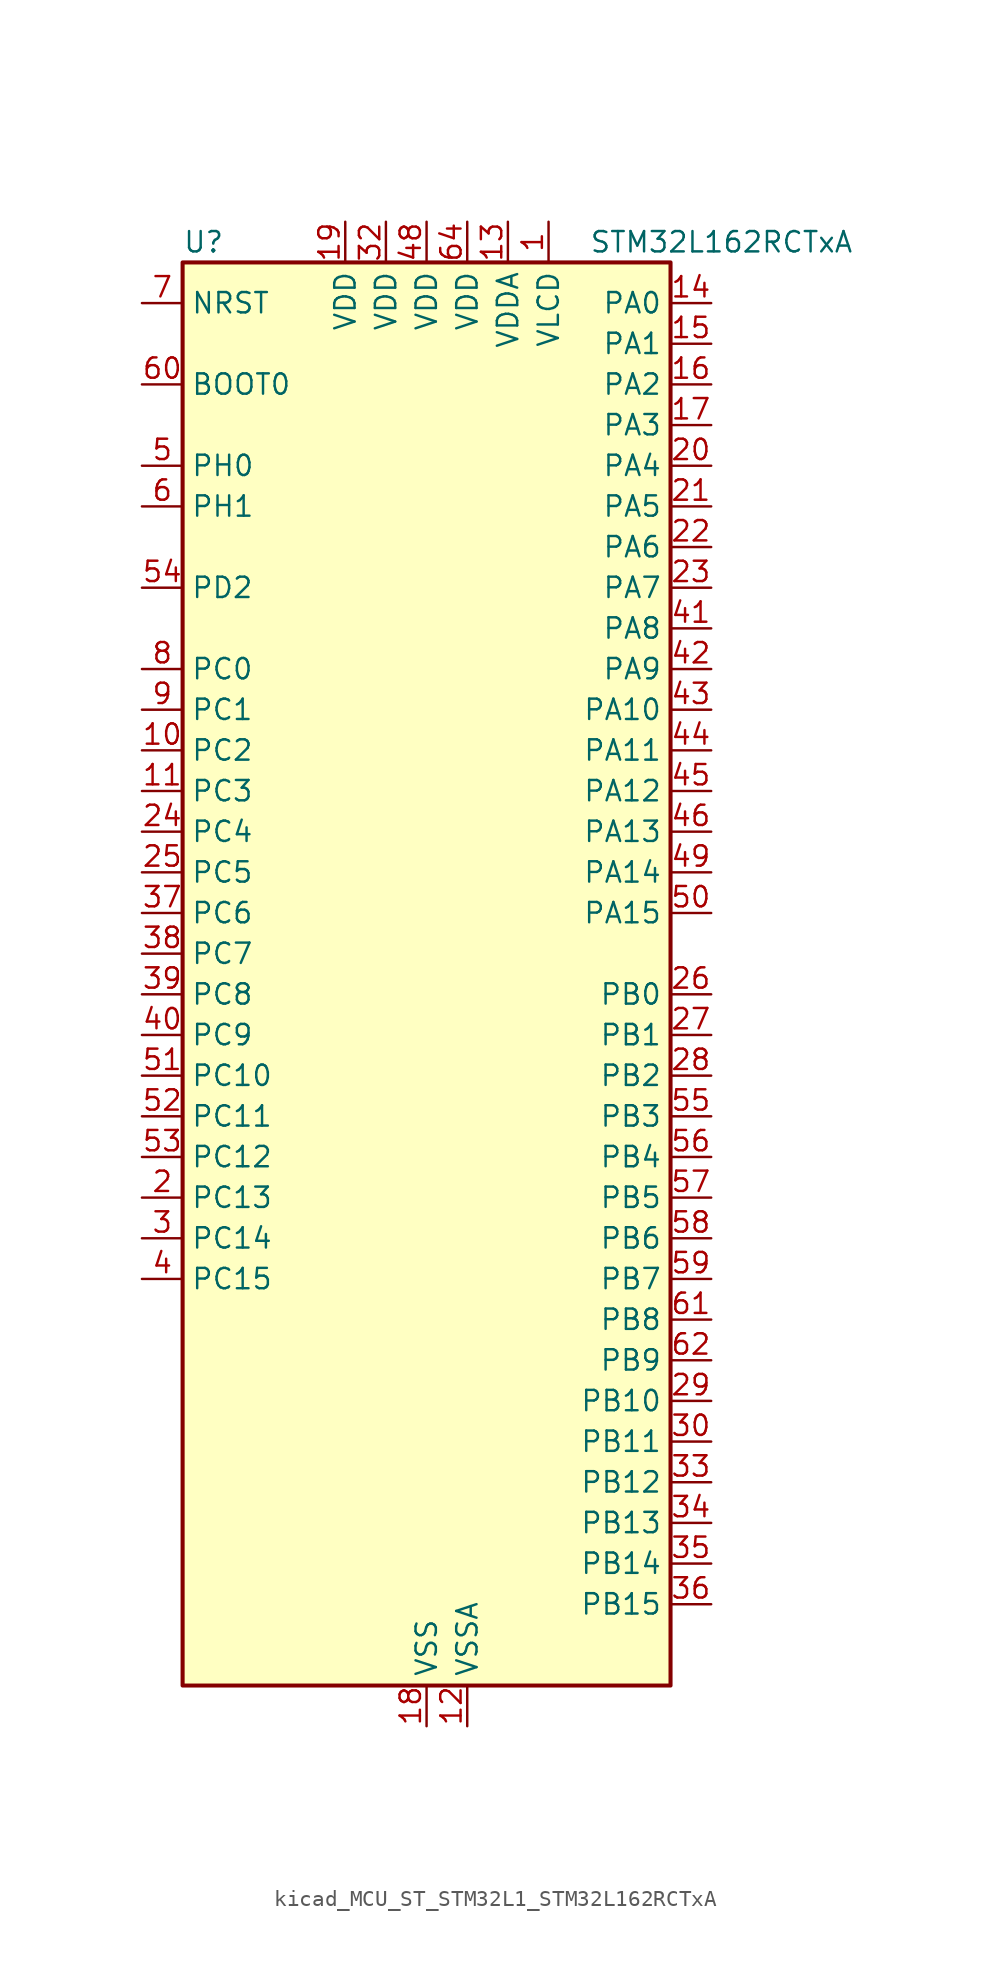
<source format=kicad_sym>
(kicad_symbol_lib
  (version 20220914)
  (generator kicad_symbol_editor)
  (symbol "kicad_MCU_ST_STM32L1_STM32L162RCTxA"
    (property "Reference" "U"
      (at -15.24 46.99 0)
      (effects (font (size 1.27 1.27)) (justify left)))
    (property "Value" "STM32L162RCTxA"
      (at 10.16 46.99 0)
      (effects (font (size 1.27 1.27)) (justify left)))
    (property "ki_locked" ""
      (at 0 0 0)
      (effects (font (size 1.27 1.27))))
    (symbol "kicad_MCU_ST_STM32L1_STM32L162RCTxA_0_1"
      (rectangle (start -15.24 -43.18) (end 15.24 45.72) (stroke (width 0.254) (type default)) (fill (type background))))
    (symbol "kicad_MCU_ST_STM32L1_STM32L162RCTxA_1_1"
      (pin power_in line (at 7.62 48.26 270) (length 2.54) (name "VLCD" (effects (font (size 1.27 1.27)))) (number "1" (effects (font (size 1.27 1.27)))))
      (pin bidirectional line (at -17.78 15.24 0) (length 2.54) (name "PC2" (effects (font (size 1.27 1.27)))) (number "10" (effects (font (size 1.27 1.27)))) (alternate "ADC_IN12" bidirectional line) (alternate "COMP1_INP" bidirectional line) (alternate "LCD_SEG20" bidirectional line) (alternate "TIMX_IC3" bidirectional line) (alternate "TS_G8_IO3" bidirectional line))
      (pin bidirectional line (at -17.78 12.7 0) (length 2.54) (name "PC3" (effects (font (size 1.27 1.27)))) (number "11" (effects (font (size 1.27 1.27)))) (alternate "ADC_IN13" bidirectional line) (alternate "COMP1_INP" bidirectional line) (alternate "LCD_SEG21" bidirectional line) (alternate "TIMX_IC4" bidirectional line) (alternate "TS_G8_IO4" bidirectional line))
      (pin power_in line (at 2.54 -45.72 90) (length 2.54) (name "VSSA" (effects (font (size 1.27 1.27)))) (number "12" (effects (font (size 1.27 1.27)))))
      (pin power_in line (at 5.08 48.26 270) (length 2.54) (name "VDDA" (effects (font (size 1.27 1.27)))) (number "13" (effects (font (size 1.27 1.27)))))
      (pin bidirectional line (at 17.78 43.18 180) (length 2.54) (name "PA0" (effects (font (size 1.27 1.27)))) (number "14" (effects (font (size 1.27 1.27)))) (alternate "ADC_IN0" bidirectional line) (alternate "COMP1_INP" bidirectional line) (alternate "RTC_TAMP2" bidirectional line) (alternate "SYS_WKUP1" bidirectional line) (alternate "TIM2_CH1" bidirectional line) (alternate "TIM2_ETR" bidirectional line) (alternate "TIM5_CH1" bidirectional line) (alternate "TIMX_IC1" bidirectional line) (alternate "TS_G1_IO1" bidirectional line) (alternate "USART2_CTS" bidirectional line))
      (pin bidirectional line (at 17.78 40.64 180) (length 2.54) (name "PA1" (effects (font (size 1.27 1.27)))) (number "15" (effects (font (size 1.27 1.27)))) (alternate "ADC_IN1" bidirectional line) (alternate "COMP1_INP" bidirectional line) (alternate "LCD_SEG0" bidirectional line) (alternate "OPAMP1_VINP" bidirectional line) (alternate "TIM2_CH2" bidirectional line) (alternate "TIM5_CH2" bidirectional line) (alternate "TIMX_IC2" bidirectional line) (alternate "TS_G1_IO2" bidirectional line) (alternate "USART2_RTS" bidirectional line))
      (pin bidirectional line (at 17.78 38.1 180) (length 2.54) (name "PA2" (effects (font (size 1.27 1.27)))) (number "16" (effects (font (size 1.27 1.27)))) (alternate "ADC_IN2" bidirectional line) (alternate "COMP1_INP" bidirectional line) (alternate "LCD_SEG1" bidirectional line) (alternate "OPAMP1_VINM" bidirectional line) (alternate "TIM2_CH3" bidirectional line) (alternate "TIM5_CH3" bidirectional line) (alternate "TIM9_CH1" bidirectional line) (alternate "TIMX_IC3" bidirectional line) (alternate "TS_G1_IO3" bidirectional line) (alternate "USART2_TX" bidirectional line))
      (pin bidirectional line (at 17.78 35.56 180) (length 2.54) (name "PA3" (effects (font (size 1.27 1.27)))) (number "17" (effects (font (size 1.27 1.27)))) (alternate "ADC_IN3" bidirectional line) (alternate "COMP1_INP" bidirectional line) (alternate "LCD_SEG2" bidirectional line) (alternate "OPAMP1_VOUT" bidirectional line) (alternate "TIM2_CH4" bidirectional line) (alternate "TIM5_CH4" bidirectional line) (alternate "TIM9_CH2" bidirectional line) (alternate "TIMX_IC4" bidirectional line) (alternate "TS_G1_IO4" bidirectional line) (alternate "USART2_RX" bidirectional line))
      (pin power_in line (at 0 -45.72 90) (length 2.54) (name "VSS" (effects (font (size 1.27 1.27)))) (number "18" (effects (font (size 1.27 1.27)))))
      (pin power_in line (at -5.08 48.26 270) (length 2.54) (name "VDD" (effects (font (size 1.27 1.27)))) (number "19" (effects (font (size 1.27 1.27)))))
      (pin bidirectional line (at -17.78 -12.7 0) (length 2.54) (name "PC13" (effects (font (size 1.27 1.27)))) (number "2" (effects (font (size 1.27 1.27)))) (alternate "RTC_OUT_ALARM" bidirectional line) (alternate "RTC_OUT_CALIB" bidirectional line) (alternate "RTC_TAMP1" bidirectional line) (alternate "RTC_TS" bidirectional line) (alternate "SYS_WKUP2" bidirectional line) (alternate "TIMX_IC2" bidirectional line))
      (pin bidirectional line (at 17.78 33.02 180) (length 2.54) (name "PA4" (effects (font (size 1.27 1.27)))) (number "20" (effects (font (size 1.27 1.27)))) (alternate "ADC_IN4" bidirectional line) (alternate "COMP1_INP" bidirectional line) (alternate "DAC_OUT1" bidirectional line) (alternate "I2S3_WS" bidirectional line) (alternate "SPI1_NSS" bidirectional line) (alternate "SPI3_NSS" bidirectional line) (alternate "TIMX_IC1" bidirectional line) (alternate "USART2_CK" bidirectional line))
      (pin bidirectional line (at 17.78 30.48 180) (length 2.54) (name "PA5" (effects (font (size 1.27 1.27)))) (number "21" (effects (font (size 1.27 1.27)))) (alternate "ADC_IN5" bidirectional line) (alternate "COMP1_INP" bidirectional line) (alternate "DAC_OUT2" bidirectional line) (alternate "SPI1_SCK" bidirectional line) (alternate "TIM2_CH1" bidirectional line) (alternate "TIM2_ETR" bidirectional line) (alternate "TIMX_IC2" bidirectional line))
      (pin bidirectional line (at 17.78 27.94 180) (length 2.54) (name "PA6" (effects (font (size 1.27 1.27)))) (number "22" (effects (font (size 1.27 1.27)))) (alternate "ADC_IN6" bidirectional line) (alternate "COMP1_INP" bidirectional line) (alternate "LCD_SEG3" bidirectional line) (alternate "OPAMP2_VINP" bidirectional line) (alternate "SPI1_MISO" bidirectional line) (alternate "TIM10_CH1" bidirectional line) (alternate "TIM3_CH1" bidirectional line) (alternate "TIMX_IC3" bidirectional line) (alternate "TS_G2_IO1" bidirectional line))
      (pin bidirectional line (at 17.78 25.4 180) (length 2.54) (name "PA7" (effects (font (size 1.27 1.27)))) (number "23" (effects (font (size 1.27 1.27)))) (alternate "ADC_IN7" bidirectional line) (alternate "COMP1_INP" bidirectional line) (alternate "LCD_SEG4" bidirectional line) (alternate "OPAMP2_VINM" bidirectional line) (alternate "SPI1_MOSI" bidirectional line) (alternate "TIM11_CH1" bidirectional line) (alternate "TIM3_CH2" bidirectional line) (alternate "TIMX_IC4" bidirectional line) (alternate "TS_G2_IO2" bidirectional line))
      (pin bidirectional line (at -17.78 10.16 0) (length 2.54) (name "PC4" (effects (font (size 1.27 1.27)))) (number "24" (effects (font (size 1.27 1.27)))) (alternate "ADC_IN14" bidirectional line) (alternate "COMP1_INP" bidirectional line) (alternate "LCD_SEG22" bidirectional line) (alternate "TIMX_IC1" bidirectional line) (alternate "TS_G9_IO1" bidirectional line))
      (pin bidirectional line (at -17.78 7.62 0) (length 2.54) (name "PC5" (effects (font (size 1.27 1.27)))) (number "25" (effects (font (size 1.27 1.27)))) (alternate "ADC_IN15" bidirectional line) (alternate "COMP1_INP" bidirectional line) (alternate "LCD_SEG23" bidirectional line) (alternate "TIMX_IC2" bidirectional line) (alternate "TS_G9_IO2" bidirectional line))
      (pin bidirectional line (at 17.78 0 180) (length 2.54) (name "PB0" (effects (font (size 1.27 1.27)))) (number "26" (effects (font (size 1.27 1.27)))) (alternate "ADC_IN8" bidirectional line) (alternate "COMP1_INP" bidirectional line) (alternate "LCD_SEG5" bidirectional line) (alternate "OPAMP2_VOUT" bidirectional line) (alternate "SYS_V_REF_OUT" bidirectional line) (alternate "TIM3_CH3" bidirectional line) (alternate "TS_G3_IO1" bidirectional line))
      (pin bidirectional line (at 17.78 -2.54 180) (length 2.54) (name "PB1" (effects (font (size 1.27 1.27)))) (number "27" (effects (font (size 1.27 1.27)))) (alternate "ADC_IN9" bidirectional line) (alternate "COMP1_INP" bidirectional line) (alternate "LCD_SEG6" bidirectional line) (alternate "SYS_V_REF_OUT" bidirectional line) (alternate "TIM3_CH4" bidirectional line) (alternate "TS_G3_IO2" bidirectional line))
      (pin bidirectional line (at 17.78 -5.08 180) (length 2.54) (name "PB2" (effects (font (size 1.27 1.27)))) (number "28" (effects (font (size 1.27 1.27)))) (alternate "TS_G3_IO3" bidirectional line))
      (pin bidirectional line (at 17.78 -25.4 180) (length 2.54) (name "PB10" (effects (font (size 1.27 1.27)))) (number "29" (effects (font (size 1.27 1.27)))) (alternate "I2C2_SCL" bidirectional line) (alternate "LCD_SEG10" bidirectional line) (alternate "TIM2_CH3" bidirectional line) (alternate "USART3_TX" bidirectional line))
      (pin bidirectional line (at -17.78 -15.24 0) (length 2.54) (name "PC14" (effects (font (size 1.27 1.27)))) (number "3" (effects (font (size 1.27 1.27)))) (alternate "RCC_OSC32_IN" bidirectional line) (alternate "TIMX_IC3" bidirectional line))
      (pin bidirectional line (at 17.78 -27.94 180) (length 2.54) (name "PB11" (effects (font (size 1.27 1.27)))) (number "30" (effects (font (size 1.27 1.27)))) (alternate "ADC_EXTI11" bidirectional line) (alternate "I2C2_SDA" bidirectional line) (alternate "LCD_SEG11" bidirectional line) (alternate "TIM2_CH4" bidirectional line) (alternate "USART3_RX" bidirectional line))
      (pin passive line (at 0 -45.72 90) (length 2.54) hide (name "VSS" (effects (font (size 1.27 1.27)))) (number "31" (effects (font (size 1.27 1.27)))))
      (pin power_in line (at -2.54 48.26 270) (length 2.54) (name "VDD" (effects (font (size 1.27 1.27)))) (number "32" (effects (font (size 1.27 1.27)))))
      (pin bidirectional line (at 17.78 -30.48 180) (length 2.54) (name "PB12" (effects (font (size 1.27 1.27)))) (number "33" (effects (font (size 1.27 1.27)))) (alternate "ADC_IN18" bidirectional line) (alternate "COMP1_INP" bidirectional line) (alternate "I2C2_SMBA" bidirectional line) (alternate "I2S2_WS" bidirectional line) (alternate "LCD_SEG12" bidirectional line) (alternate "SPI2_NSS" bidirectional line) (alternate "TIM10_CH1" bidirectional line) (alternate "TS_G7_IO1" bidirectional line) (alternate "USART3_CK" bidirectional line))
      (pin bidirectional line (at 17.78 -33.02 180) (length 2.54) (name "PB13" (effects (font (size 1.27 1.27)))) (number "34" (effects (font (size 1.27 1.27)))) (alternate "ADC_IN19" bidirectional line) (alternate "COMP1_INP" bidirectional line) (alternate "I2S2_CK" bidirectional line) (alternate "LCD_SEG13" bidirectional line) (alternate "SPI2_SCK" bidirectional line) (alternate "TIM9_CH1" bidirectional line) (alternate "TS_G7_IO2" bidirectional line) (alternate "USART3_CTS" bidirectional line))
      (pin bidirectional line (at 17.78 -35.56 180) (length 2.54) (name "PB14" (effects (font (size 1.27 1.27)))) (number "35" (effects (font (size 1.27 1.27)))) (alternate "ADC_IN20" bidirectional line) (alternate "COMP1_INP" bidirectional line) (alternate "LCD_SEG14" bidirectional line) (alternate "SPI2_MISO" bidirectional line) (alternate "TIM9_CH2" bidirectional line) (alternate "TS_G7_IO3" bidirectional line) (alternate "USART3_RTS" bidirectional line))
      (pin bidirectional line (at 17.78 -38.1 180) (length 2.54) (name "PB15" (effects (font (size 1.27 1.27)))) (number "36" (effects (font (size 1.27 1.27)))) (alternate "ADC_EXTI15" bidirectional line) (alternate "ADC_IN21" bidirectional line) (alternate "COMP1_INP" bidirectional line) (alternate "I2S2_SD" bidirectional line) (alternate "LCD_SEG15" bidirectional line) (alternate "RTC_REFIN" bidirectional line) (alternate "SPI2_MOSI" bidirectional line) (alternate "TIM11_CH1" bidirectional line) (alternate "TS_G7_IO4" bidirectional line))
      (pin bidirectional line (at -17.78 5.08 0) (length 2.54) (name "PC6" (effects (font (size 1.27 1.27)))) (number "37" (effects (font (size 1.27 1.27)))) (alternate "I2S2_MCK" bidirectional line) (alternate "LCD_SEG24" bidirectional line) (alternate "TIM3_CH1" bidirectional line) (alternate "TIMX_IC3" bidirectional line) (alternate "TS_G10_IO1" bidirectional line))
      (pin bidirectional line (at -17.78 2.54 0) (length 2.54) (name "PC7" (effects (font (size 1.27 1.27)))) (number "38" (effects (font (size 1.27 1.27)))) (alternate "I2S3_MCK" bidirectional line) (alternate "LCD_SEG25" bidirectional line) (alternate "TIM3_CH2" bidirectional line) (alternate "TIMX_IC4" bidirectional line) (alternate "TS_G10_IO2" bidirectional line))
      (pin bidirectional line (at -17.78 0 0) (length 2.54) (name "PC8" (effects (font (size 1.27 1.27)))) (number "39" (effects (font (size 1.27 1.27)))) (alternate "LCD_SEG26" bidirectional line) (alternate "TIM3_CH3" bidirectional line) (alternate "TIMX_IC1" bidirectional line) (alternate "TS_G10_IO3" bidirectional line))
      (pin bidirectional line (at -17.78 -17.78 0) (length 2.54) (name "PC15" (effects (font (size 1.27 1.27)))) (number "4" (effects (font (size 1.27 1.27)))) (alternate "ADC_EXTI15" bidirectional line) (alternate "RCC_OSC32_OUT" bidirectional line) (alternate "TIMX_IC4" bidirectional line))
      (pin bidirectional line (at -17.78 -2.54 0) (length 2.54) (name "PC9" (effects (font (size 1.27 1.27)))) (number "40" (effects (font (size 1.27 1.27)))) (alternate "DAC_EXTI9" bidirectional line) (alternate "LCD_SEG27" bidirectional line) (alternate "TIM3_CH4" bidirectional line) (alternate "TIMX_IC2" bidirectional line) (alternate "TS_G10_IO4" bidirectional line))
      (pin bidirectional line (at 17.78 22.86 180) (length 2.54) (name "PA8" (effects (font (size 1.27 1.27)))) (number "41" (effects (font (size 1.27 1.27)))) (alternate "LCD_COM0" bidirectional line) (alternate "RCC_MCO" bidirectional line) (alternate "TIMX_IC1" bidirectional line) (alternate "TS_G4_IO1" bidirectional line) (alternate "USART1_CK" bidirectional line))
      (pin bidirectional line (at 17.78 20.32 180) (length 2.54) (name "PA9" (effects (font (size 1.27 1.27)))) (number "42" (effects (font (size 1.27 1.27)))) (alternate "DAC_EXTI9" bidirectional line) (alternate "LCD_COM1" bidirectional line) (alternate "TIMX_IC2" bidirectional line) (alternate "TS_G4_IO2" bidirectional line) (alternate "USART1_TX" bidirectional line))
      (pin bidirectional line (at 17.78 17.78 180) (length 2.54) (name "PA10" (effects (font (size 1.27 1.27)))) (number "43" (effects (font (size 1.27 1.27)))) (alternate "LCD_COM2" bidirectional line) (alternate "TIMX_IC3" bidirectional line) (alternate "TS_G4_IO3" bidirectional line) (alternate "USART1_RX" bidirectional line))
      (pin bidirectional line (at 17.78 15.24 180) (length 2.54) (name "PA11" (effects (font (size 1.27 1.27)))) (number "44" (effects (font (size 1.27 1.27)))) (alternate "ADC_EXTI11" bidirectional line) (alternate "SPI1_MISO" bidirectional line) (alternate "TIMX_IC4" bidirectional line) (alternate "USART1_CTS" bidirectional line) (alternate "USB_DM" bidirectional line))
      (pin bidirectional line (at 17.78 12.7 180) (length 2.54) (name "PA12" (effects (font (size 1.27 1.27)))) (number "45" (effects (font (size 1.27 1.27)))) (alternate "SPI1_MOSI" bidirectional line) (alternate "TIMX_IC1" bidirectional line) (alternate "USART1_RTS" bidirectional line) (alternate "USB_DP" bidirectional line))
      (pin bidirectional line (at 17.78 10.16 180) (length 2.54) (name "PA13" (effects (font (size 1.27 1.27)))) (number "46" (effects (font (size 1.27 1.27)))) (alternate "SYS_JTMS-SWDIO" bidirectional line) (alternate "TIMX_IC2" bidirectional line) (alternate "TS_G5_IO1" bidirectional line))
      (pin passive line (at 0 -45.72 90) (length 2.54) hide (name "VSS" (effects (font (size 1.27 1.27)))) (number "47" (effects (font (size 1.27 1.27)))))
      (pin power_in line (at 0 48.26 270) (length 2.54) (name "VDD" (effects (font (size 1.27 1.27)))) (number "48" (effects (font (size 1.27 1.27)))))
      (pin bidirectional line (at 17.78 7.62 180) (length 2.54) (name "PA14" (effects (font (size 1.27 1.27)))) (number "49" (effects (font (size 1.27 1.27)))) (alternate "SYS_JTCK-SWCLK" bidirectional line) (alternate "TIMX_IC3" bidirectional line) (alternate "TS_G5_IO2" bidirectional line))
      (pin bidirectional line (at -17.78 33.02 0) (length 2.54) (name "PH0" (effects (font (size 1.27 1.27)))) (number "5" (effects (font (size 1.27 1.27)))) (alternate "RCC_OSC_IN" bidirectional line))
      (pin bidirectional line (at 17.78 5.08 180) (length 2.54) (name "PA15" (effects (font (size 1.27 1.27)))) (number "50" (effects (font (size 1.27 1.27)))) (alternate "ADC_EXTI15" bidirectional line) (alternate "I2S3_WS" bidirectional line) (alternate "LCD_SEG17" bidirectional line) (alternate "SPI1_NSS" bidirectional line) (alternate "SPI3_NSS" bidirectional line) (alternate "SYS_JTDI" bidirectional line) (alternate "TIM2_CH1" bidirectional line) (alternate "TIM2_ETR" bidirectional line) (alternate "TIMX_IC4" bidirectional line) (alternate "TS_G5_IO3" bidirectional line))
      (pin bidirectional line (at -17.78 -5.08 0) (length 2.54) (name "PC10" (effects (font (size 1.27 1.27)))) (number "51" (effects (font (size 1.27 1.27)))) (alternate "I2S3_CK" bidirectional line) (alternate "LCD_COM4" bidirectional line) (alternate "LCD_SEG28" bidirectional line) (alternate "LCD_SEG40" bidirectional line) (alternate "SPI3_SCK" bidirectional line) (alternate "TIMX_IC3" bidirectional line) (alternate "USART3_TX" bidirectional line))
      (pin bidirectional line (at -17.78 -7.62 0) (length 2.54) (name "PC11" (effects (font (size 1.27 1.27)))) (number "52" (effects (font (size 1.27 1.27)))) (alternate "ADC_EXTI11" bidirectional line) (alternate "LCD_COM5" bidirectional line) (alternate "LCD_SEG29" bidirectional line) (alternate "LCD_SEG41" bidirectional line) (alternate "SPI3_MISO" bidirectional line) (alternate "TIMX_IC4" bidirectional line) (alternate "USART3_RX" bidirectional line))
      (pin bidirectional line (at -17.78 -10.16 0) (length 2.54) (name "PC12" (effects (font (size 1.27 1.27)))) (number "53" (effects (font (size 1.27 1.27)))) (alternate "I2S3_SD" bidirectional line) (alternate "LCD_COM6" bidirectional line) (alternate "LCD_SEG30" bidirectional line) (alternate "LCD_SEG42" bidirectional line) (alternate "SPI3_MOSI" bidirectional line) (alternate "TIMX_IC1" bidirectional line) (alternate "USART3_CK" bidirectional line))
      (pin bidirectional line (at -17.78 25.4 0) (length 2.54) (name "PD2" (effects (font (size 1.27 1.27)))) (number "54" (effects (font (size 1.27 1.27)))) (alternate "LCD_COM7" bidirectional line) (alternate "LCD_SEG31" bidirectional line) (alternate "LCD_SEG43" bidirectional line) (alternate "TIM3_ETR" bidirectional line) (alternate "TIMX_IC3" bidirectional line))
      (pin bidirectional line (at 17.78 -7.62 180) (length 2.54) (name "PB3" (effects (font (size 1.27 1.27)))) (number "55" (effects (font (size 1.27 1.27)))) (alternate "COMP2_INM" bidirectional line) (alternate "I2S3_CK" bidirectional line) (alternate "LCD_SEG7" bidirectional line) (alternate "SPI1_SCK" bidirectional line) (alternate "SPI3_SCK" bidirectional line) (alternate "SYS_JTDO-TRACESWO" bidirectional line) (alternate "TIM2_CH2" bidirectional line))
      (pin bidirectional line (at 17.78 -10.16 180) (length 2.54) (name "PB4" (effects (font (size 1.27 1.27)))) (number "56" (effects (font (size 1.27 1.27)))) (alternate "COMP2_INP" bidirectional line) (alternate "LCD_SEG8" bidirectional line) (alternate "SPI1_MISO" bidirectional line) (alternate "SPI3_MISO" bidirectional line) (alternate "SYS_JTRST" bidirectional line) (alternate "TIM3_CH1" bidirectional line) (alternate "TS_G6_IO1" bidirectional line))
      (pin bidirectional line (at 17.78 -12.7 180) (length 2.54) (name "PB5" (effects (font (size 1.27 1.27)))) (number "57" (effects (font (size 1.27 1.27)))) (alternate "COMP2_INP" bidirectional line) (alternate "I2C1_SMBA" bidirectional line) (alternate "I2S3_SD" bidirectional line) (alternate "LCD_SEG9" bidirectional line) (alternate "SPI1_MOSI" bidirectional line) (alternate "SPI3_MOSI" bidirectional line) (alternate "TIM3_CH2" bidirectional line) (alternate "TS_G6_IO2" bidirectional line))
      (pin bidirectional line (at 17.78 -15.24 180) (length 2.54) (name "PB6" (effects (font (size 1.27 1.27)))) (number "58" (effects (font (size 1.27 1.27)))) (alternate "COMP2_INP" bidirectional line) (alternate "I2C1_SCL" bidirectional line) (alternate "TIM4_CH1" bidirectional line) (alternate "TS_G6_IO3" bidirectional line) (alternate "USART1_TX" bidirectional line))
      (pin bidirectional line (at 17.78 -17.78 180) (length 2.54) (name "PB7" (effects (font (size 1.27 1.27)))) (number "59" (effects (font (size 1.27 1.27)))) (alternate "COMP2_INP" bidirectional line) (alternate "I2C1_SDA" bidirectional line) (alternate "SYS_PVD_IN" bidirectional line) (alternate "TIM4_CH2" bidirectional line) (alternate "TS_G6_IO4" bidirectional line) (alternate "USART1_RX" bidirectional line))
      (pin bidirectional line (at -17.78 30.48 0) (length 2.54) (name "PH1" (effects (font (size 1.27 1.27)))) (number "6" (effects (font (size 1.27 1.27)))) (alternate "RCC_OSC_OUT" bidirectional line))
      (pin input line (at -17.78 38.1 0) (length 2.54) (name "BOOT0" (effects (font (size 1.27 1.27)))) (number "60" (effects (font (size 1.27 1.27)))))
      (pin bidirectional line (at 17.78 -20.32 180) (length 2.54) (name "PB8" (effects (font (size 1.27 1.27)))) (number "61" (effects (font (size 1.27 1.27)))) (alternate "I2C1_SCL" bidirectional line) (alternate "LCD_SEG16" bidirectional line) (alternate "TIM10_CH1" bidirectional line) (alternate "TIM4_CH3" bidirectional line))
      (pin bidirectional line (at 17.78 -22.86 180) (length 2.54) (name "PB9" (effects (font (size 1.27 1.27)))) (number "62" (effects (font (size 1.27 1.27)))) (alternate "DAC_EXTI9" bidirectional line) (alternate "I2C1_SDA" bidirectional line) (alternate "LCD_COM3" bidirectional line) (alternate "TIM11_CH1" bidirectional line) (alternate "TIM4_CH4" bidirectional line))
      (pin passive line (at 0 -45.72 90) (length 2.54) hide (name "VSS" (effects (font (size 1.27 1.27)))) (number "63" (effects (font (size 1.27 1.27)))))
      (pin power_in line (at 2.54 48.26 270) (length 2.54) (name "VDD" (effects (font (size 1.27 1.27)))) (number "64" (effects (font (size 1.27 1.27)))))
      (pin input line (at -17.78 43.18 0) (length 2.54) (name "NRST" (effects (font (size 1.27 1.27)))) (number "7" (effects (font (size 1.27 1.27)))))
      (pin bidirectional line (at -17.78 20.32 0) (length 2.54) (name "PC0" (effects (font (size 1.27 1.27)))) (number "8" (effects (font (size 1.27 1.27)))) (alternate "ADC_IN10" bidirectional line) (alternate "COMP1_INP" bidirectional line) (alternate "LCD_SEG18" bidirectional line) (alternate "TIMX_IC1" bidirectional line) (alternate "TS_G8_IO1" bidirectional line))
      (pin bidirectional line (at -17.78 17.78 0) (length 2.54) (name "PC1" (effects (font (size 1.27 1.27)))) (number "9" (effects (font (size 1.27 1.27)))) (alternate "ADC_IN11" bidirectional line) (alternate "COMP1_INP" bidirectional line) (alternate "LCD_SEG19" bidirectional line) (alternate "TIMX_IC2" bidirectional line) (alternate "TS_G8_IO2" bidirectional line)))))
</source>
